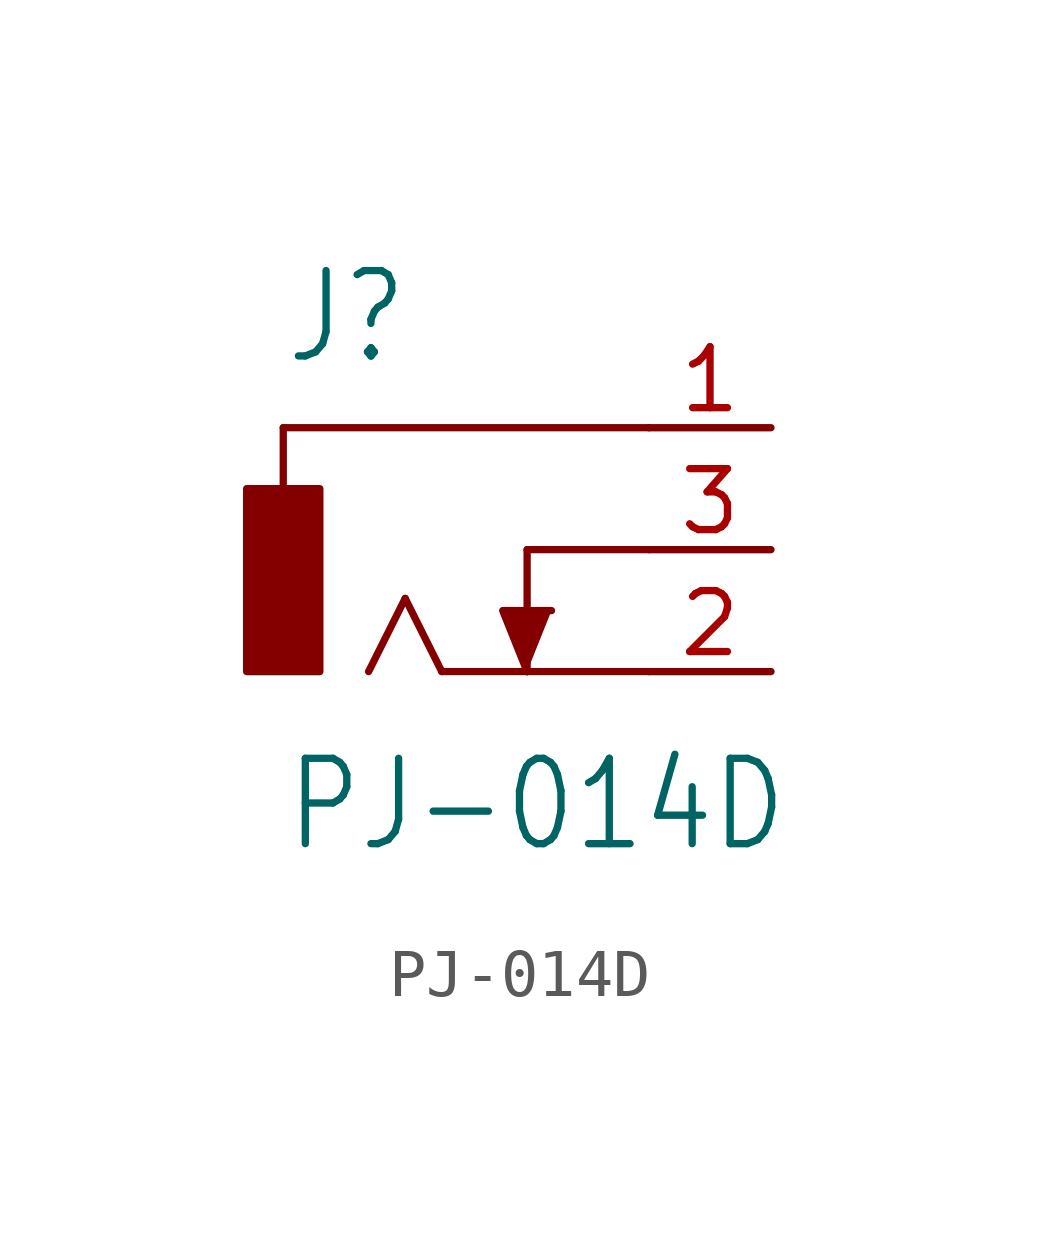
<source format=kicad_sym>
(kicad_symbol_lib
  (version 20201005)
  (generator kicad_symbol_editor)
  (symbol "PJ-014D"
    (property "Reference" "J"
      (at -2.54 3.81 0)
      (effects (font (size 1.778 1.511)) (justify left bottom)))
    (property "Value" "PJ-014D"
      (at -2.54 -6.35 0)
      (effects (font (size 1.778 1.511)) (justify left bottom)))
    (property "ki_locked" ""
      (at 0 0 0)
      (effects (font (size 1.27 1.27))))
    (symbol "PJ-014D_1_0"
      (rectangle (start -3.302 -2.54) (end -1.778 1.27) (stroke (width 0)) (fill (type outline)))
      (polyline (pts (xy -2.54 2.54) (xy -2.54 1.27)) (stroke (width 0.152)) (fill (type none)))
      (polyline (pts (xy 0 -1.016) (xy -0.762 -2.54)) (stroke (width 0.152)) (fill (type none)))
      (polyline (pts (xy 0.762 -2.54) (xy 0 -1.016)) (stroke (width 0.152)) (fill (type none)))
      (polyline (pts (xy 2.54 -2.54) (xy 0.762 -2.54)) (stroke (width 0.152)) (fill (type none)))
      (polyline (pts (xy 2.54 0) (xy 2.54 -2.54)) (stroke (width 0.152)) (fill (type none)))
      (polyline (pts (xy 5.08 -2.54) (xy 2.54 -2.54)) (stroke (width 0.152)) (fill (type none)))
      (polyline (pts (xy 5.08 0) (xy 2.54 0)) (stroke (width 0.152)) (fill (type none)))
      (polyline (pts (xy 5.08 2.54) (xy -2.54 2.54)) (stroke (width 0.152)) (fill (type none)))
      (polyline (pts (xy 2.54 -2.54) (xy 2.032 -1.27) (xy 3.048 -1.27)) (stroke (width 0)) (fill (type outline)))
      (pin passive line (at 7.62 2.54 180) (length 2.54) (name "1" (effects (font (size 0 0)))) (number "1" (effects (font (size 1.27 1.27)))))
      (pin passive line (at 7.62 -2.54 180) (length 2.54) (name "2" (effects (font (size 0 0)))) (number "2" (effects (font (size 1.27 1.27)))))
      (pin passive line (at 7.62 0 180) (length 2.54) (name "3" (effects (font (size 0 0)))) (number "3" (effects (font (size 1.27 1.27))))))))
</source>
